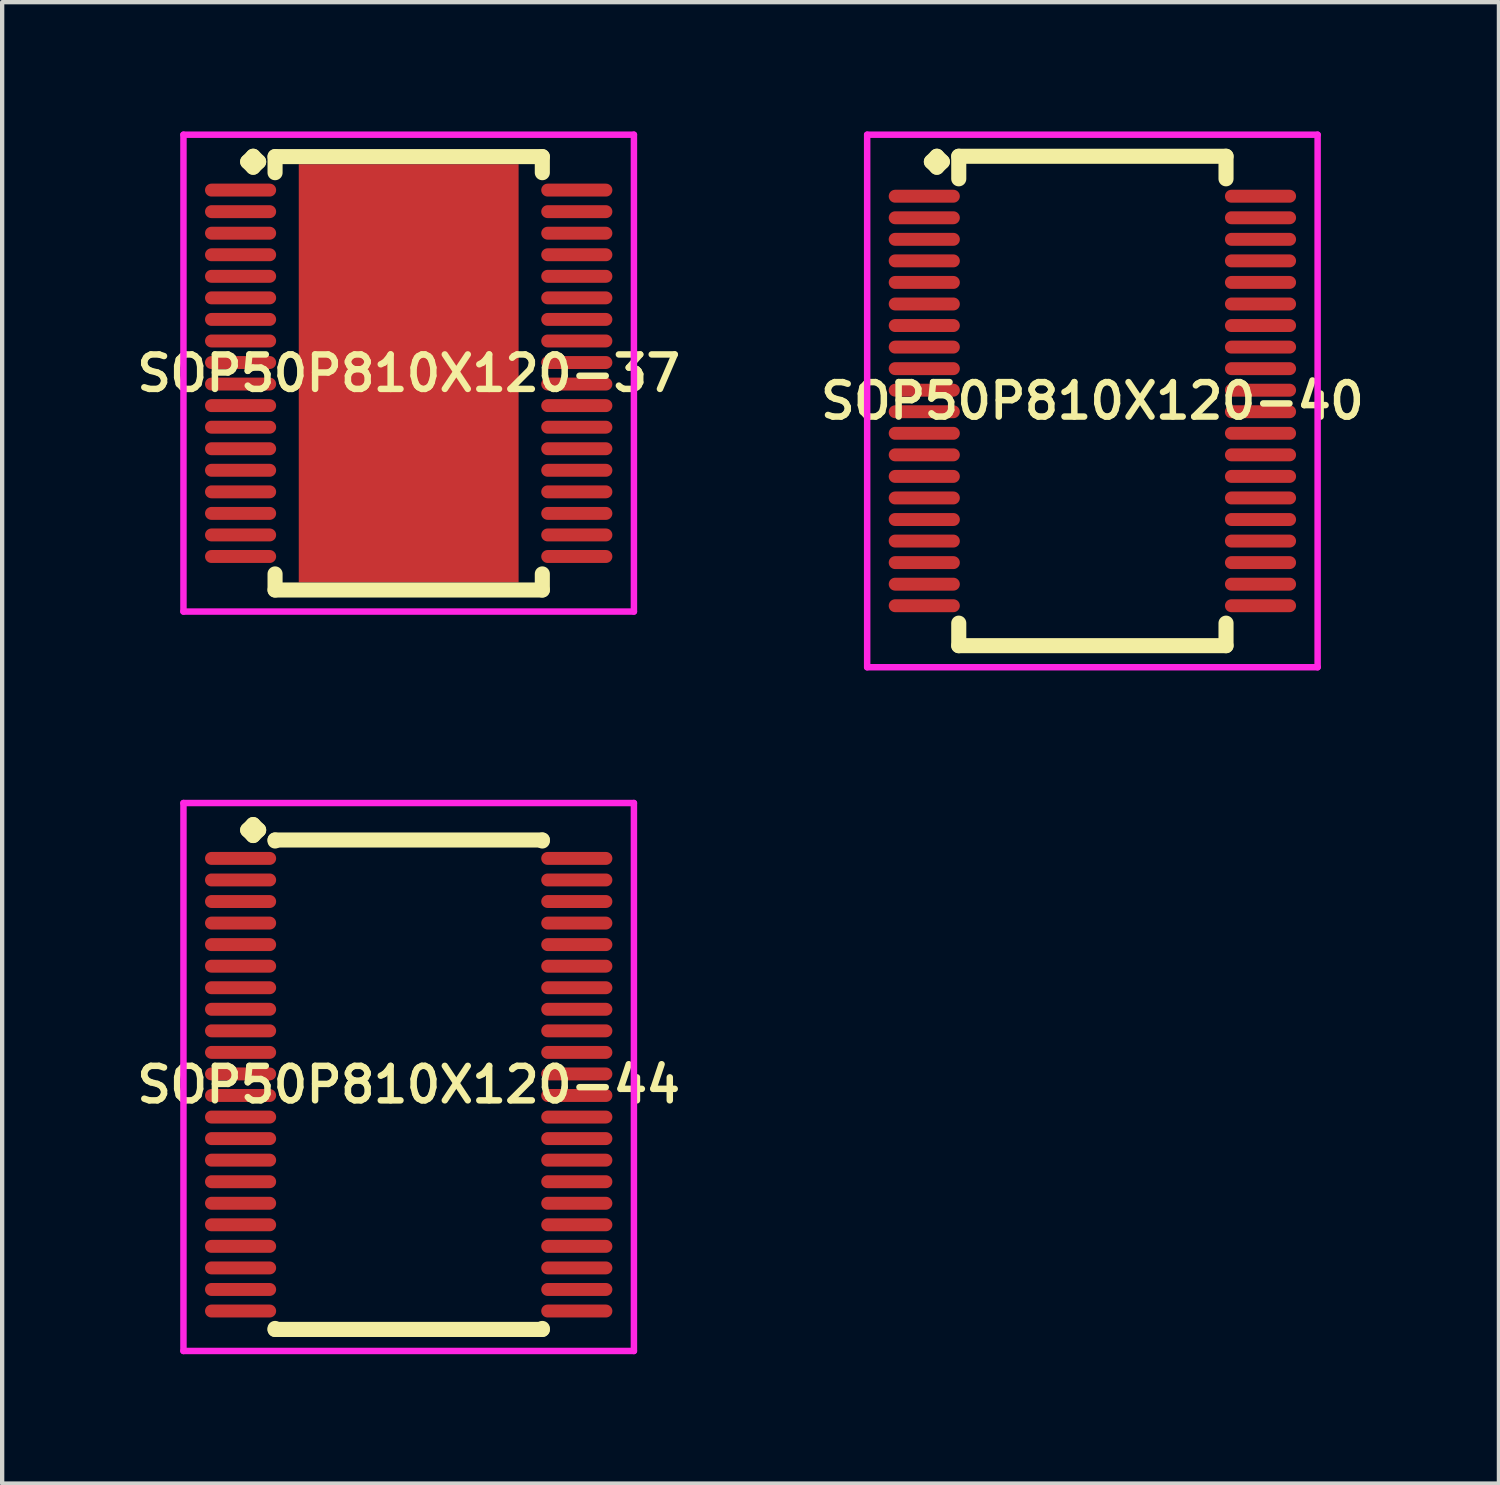
<source format=kicad_pcb>
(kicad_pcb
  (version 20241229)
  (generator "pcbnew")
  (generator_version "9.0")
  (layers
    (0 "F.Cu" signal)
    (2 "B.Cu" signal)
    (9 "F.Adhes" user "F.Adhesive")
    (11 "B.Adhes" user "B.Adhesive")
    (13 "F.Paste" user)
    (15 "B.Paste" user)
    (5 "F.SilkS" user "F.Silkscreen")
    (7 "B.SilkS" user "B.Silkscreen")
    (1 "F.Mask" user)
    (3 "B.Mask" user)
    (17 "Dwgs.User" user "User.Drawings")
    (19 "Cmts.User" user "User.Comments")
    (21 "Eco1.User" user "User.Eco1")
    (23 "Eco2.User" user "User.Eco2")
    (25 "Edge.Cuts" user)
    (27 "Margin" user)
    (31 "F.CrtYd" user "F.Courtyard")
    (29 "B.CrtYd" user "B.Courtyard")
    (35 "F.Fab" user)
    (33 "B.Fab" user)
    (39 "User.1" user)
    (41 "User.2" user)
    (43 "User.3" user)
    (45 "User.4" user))
  (footprint "SOP50P810X120-37"
    (layer "F.Cu")
    (at 6.431 5.61)
    (property "Reference" "SOP50P810X120-37" (at 0 0 0) (layer "F.SilkS") (effects (font (size 0.8 0.8) (thickness 0.15))))
    (attr smd)
    (fp_line (start -3.735 -4.908) (end -3.608 -5.035) (stroke (width 0.35) (type solid)) (layer "F.SilkS"))
    (fp_line (start -3.608 -5.035) (end -3.481 -4.908) (stroke (width 0.35) (type solid)) (layer "F.SilkS"))
    (fp_line (start -3.608 -4.781) (end -3.735 -4.908) (stroke (width 0.35) (type solid)) (layer "F.SilkS"))
    (fp_line (start -3.481 -4.908) (end -3.608 -4.781) (stroke (width 0.35) (type solid)) (layer "F.SilkS"))
    (fp_line (start -3.1 -5.027) (end 3.1 -5.027) (stroke (width 0.35) (type solid)) (layer "F.SilkS"))
    (fp_line (start -3.1 -4.654) (end -3.1 -5.027) (stroke (width 0.35) (type solid)) (layer "F.SilkS"))
    (fp_line (start -3.1 4.654) (end -3.1 5.027) (stroke (width 0.35) (type solid)) (layer "F.SilkS"))
    (fp_line (start -3.1 5.027) (end 3.1 5.027) (stroke (width 0.35) (type solid)) (layer "F.SilkS"))
    (fp_line (start 3.1 -5.027) (end 3.1 -4.654) (stroke (width 0.35) (type solid)) (layer "F.SilkS"))
    (fp_line (start 3.1 5.027) (end 3.1 4.654) (stroke (width 0.35) (type solid)) (layer "F.SilkS"))
    (fp_line (start -5.225 -5.535) (end 5.225 -5.535) (stroke (width 0.15) (type solid)) (layer "F.CrtYd"))
    (fp_line (start -5.225 5.527) (end -5.225 -5.535) (stroke (width 0.15) (type solid)) (layer "F.CrtYd"))
    (fp_line (start 5.225 -5.535) (end 5.225 5.527) (stroke (width 0.15) (type solid)) (layer "F.CrtYd"))
    (fp_line (start 5.225 5.527) (end -5.225 5.527) (stroke (width 0.15) (type solid)) (layer "F.CrtYd"))
    (pad "1" smd oval (at -3.9 -4.25) (size 1.65 0.3) (layers "F.Cu" "F.Mask" "F.Paste"))
    (pad "2" smd oval (at -3.9 -3.75) (size 1.65 0.3) (layers "F.Cu" "F.Mask" "F.Paste"))
    (pad "3" smd oval (at -3.9 -3.25) (size 1.65 0.3) (layers "F.Cu" "F.Mask" "F.Paste"))
    (pad "4" smd oval (at -3.9 -2.75) (size 1.65 0.3) (layers "F.Cu" "F.Mask" "F.Paste"))
    (pad "5" smd oval (at -3.9 -2.25) (size 1.65 0.3) (layers "F.Cu" "F.Mask" "F.Paste"))
    (pad "6" smd oval (at -3.9 -1.75) (size 1.65 0.3) (layers "F.Cu" "F.Mask" "F.Paste"))
    (pad "7" smd oval (at -3.9 -1.25) (size 1.65 0.3) (layers "F.Cu" "F.Mask" "F.Paste"))
    (pad "8" smd oval (at -3.9 -0.75) (size 1.65 0.3) (layers "F.Cu" "F.Mask" "F.Paste"))
    (pad "9" smd oval (at -3.9 -0.25) (size 1.65 0.3) (layers "F.Cu" "F.Mask" "F.Paste"))
    (pad "10" smd oval (at -3.9 0.25) (size 1.65 0.3) (layers "F.Cu" "F.Mask" "F.Paste"))
    (pad "11" smd oval (at -3.9 0.75) (size 1.65 0.3) (layers "F.Cu" "F.Mask" "F.Paste"))
    (pad "12" smd oval (at -3.9 1.25) (size 1.65 0.3) (layers "F.Cu" "F.Mask" "F.Paste"))
    (pad "13" smd oval (at -3.9 1.75) (size 1.65 0.3) (layers "F.Cu" "F.Mask" "F.Paste"))
    (pad "14" smd oval (at -3.9 2.25) (size 1.65 0.3) (layers "F.Cu" "F.Mask" "F.Paste"))
    (pad "15" smd oval (at -3.9 2.75) (size 1.65 0.3) (layers "F.Cu" "F.Mask" "F.Paste"))
    (pad "16" smd oval (at -3.9 3.25) (size 1.65 0.3) (layers "F.Cu" "F.Mask" "F.Paste"))
    (pad "17" smd oval (at -3.9 3.75) (size 1.65 0.3) (layers "F.Cu" "F.Mask" "F.Paste"))
    (pad "18" smd oval (at -3.9 4.25) (size 1.65 0.3) (layers "F.Cu" "F.Mask" "F.Paste"))
    (pad "19" smd oval (at 3.9 4.25) (size 1.65 0.3) (layers "F.Cu" "F.Mask" "F.Paste"))
    (pad "20" smd oval (at 3.9 3.75) (size 1.65 0.3) (layers "F.Cu" "F.Mask" "F.Paste"))
    (pad "21" smd oval (at 3.9 3.25) (size 1.65 0.3) (layers "F.Cu" "F.Mask" "F.Paste"))
    (pad "22" smd oval (at 3.9 2.75) (size 1.65 0.3) (layers "F.Cu" "F.Mask" "F.Paste"))
    (pad "23" smd oval (at 3.9 2.25) (size 1.65 0.3) (layers "F.Cu" "F.Mask" "F.Paste"))
    (pad "24" smd oval (at 3.9 1.75) (size 1.65 0.3) (layers "F.Cu" "F.Mask" "F.Paste"))
    (pad "25" smd oval (at 3.9 1.25) (size 1.65 0.3) (layers "F.Cu" "F.Mask" "F.Paste"))
    (pad "26" smd oval (at 3.9 0.75) (size 1.65 0.3) (layers "F.Cu" "F.Mask" "F.Paste"))
    (pad "27" smd oval (at 3.9 0.25) (size 1.65 0.3) (layers "F.Cu" "F.Mask" "F.Paste"))
    (pad "28" smd oval (at 3.9 -0.25) (size 1.65 0.3) (layers "F.Cu" "F.Mask" "F.Paste"))
    (pad "29" smd oval (at 3.9 -0.75) (size 1.65 0.3) (layers "F.Cu" "F.Mask" "F.Paste"))
    (pad "30" smd oval (at 3.9 -1.25) (size 1.65 0.3) (layers "F.Cu" "F.Mask" "F.Paste"))
    (pad "31" smd oval (at 3.9 -1.75) (size 1.65 0.3) (layers "F.Cu" "F.Mask" "F.Paste"))
    (pad "32" smd oval (at 3.9 -2.25) (size 1.65 0.3) (layers "F.Cu" "F.Mask" "F.Paste"))
    (pad "33" smd oval (at 3.9 -2.75) (size 1.65 0.3) (layers "F.Cu" "F.Mask" "F.Paste"))
    (pad "34" smd oval (at 3.9 -3.25) (size 1.65 0.3) (layers "F.Cu" "F.Mask" "F.Paste"))
    (pad "35" smd oval (at 3.9 -3.75) (size 1.65 0.3) (layers "F.Cu" "F.Mask" "F.Paste"))
    (pad "36" smd oval (at 3.9 -4.25) (size 1.65 0.3) (layers "F.Cu" "F.Mask" "F.Paste"))
    (pad "37" smd rect (at 0 0) (size 5.1 9.7) (layers "F.Cu" "F.Mask" "F.Paste")))
  (footprint "SOP50P810X120-44"
    (layer "F.Cu")
    (at 6.431 22.114)
    (property "Reference" "SOP50P810X120-44" (at 0 0 0) (layer "F.SilkS") (effects (font (size 0.8 0.8) (thickness 0.15))))
    (attr smd)
    (fp_line (start -3.735 -5.908) (end -3.608 -6.035) (stroke (width 0.35) (type solid)) (layer "F.SilkS"))
    (fp_line (start -3.608 -6.035) (end -3.481 -5.908) (stroke (width 0.35) (type solid)) (layer "F.SilkS"))
    (fp_line (start -3.608 -5.781) (end -3.735 -5.908) (stroke (width 0.35) (type solid)) (layer "F.SilkS"))
    (fp_line (start -3.481 -5.908) (end -3.608 -5.781) (stroke (width 0.35) (type solid)) (layer "F.SilkS"))
    (fp_line (start -3.1 -5.677) (end 3.1 -5.677) (stroke (width 0.35) (type solid)) (layer "F.SilkS"))
    (fp_line (start -3.1 -5.654) (end -3.1 -5.677) (stroke (width 0.35) (type solid)) (layer "F.SilkS"))
    (fp_line (start -3.1 5.654) (end -3.1 5.677) (stroke (width 0.35) (type solid)) (layer "F.SilkS"))
    (fp_line (start -3.1 5.677) (end 3.1 5.677) (stroke (width 0.35) (type solid)) (layer "F.SilkS"))
    (fp_line (start 3.1 -5.677) (end 3.1 -5.654) (stroke (width 0.35) (type solid)) (layer "F.SilkS"))
    (fp_line (start 3.1 5.677) (end 3.1 5.654) (stroke (width 0.35) (type solid)) (layer "F.SilkS"))
    (fp_line (start -5.225 -6.535) (end 5.225 -6.535) (stroke (width 0.15) (type solid)) (layer "F.CrtYd"))
    (fp_line (start -5.225 6.177) (end -5.225 -6.535) (stroke (width 0.15) (type solid)) (layer "F.CrtYd"))
    (fp_line (start 5.225 -6.535) (end 5.225 6.177) (stroke (width 0.15) (type solid)) (layer "F.CrtYd"))
    (fp_line (start 5.225 6.177) (end -5.225 6.177) (stroke (width 0.15) (type solid)) (layer "F.CrtYd"))
    (pad "1" smd oval (at -3.9 -5.25) (size 1.65 0.3) (layers "F.Cu" "F.Mask" "F.Paste"))
    (pad "2" smd oval (at -3.9 -4.75) (size 1.65 0.3) (layers "F.Cu" "F.Mask" "F.Paste"))
    (pad "3" smd oval (at -3.9 -4.25) (size 1.65 0.3) (layers "F.Cu" "F.Mask" "F.Paste"))
    (pad "4" smd oval (at -3.9 -3.75) (size 1.65 0.3) (layers "F.Cu" "F.Mask" "F.Paste"))
    (pad "5" smd oval (at -3.9 -3.25) (size 1.65 0.3) (layers "F.Cu" "F.Mask" "F.Paste"))
    (pad "6" smd oval (at -3.9 -2.75) (size 1.65 0.3) (layers "F.Cu" "F.Mask" "F.Paste"))
    (pad "7" smd oval (at -3.9 -2.25) (size 1.65 0.3) (layers "F.Cu" "F.Mask" "F.Paste"))
    (pad "8" smd oval (at -3.9 -1.75) (size 1.65 0.3) (layers "F.Cu" "F.Mask" "F.Paste"))
    (pad "9" smd oval (at -3.9 -1.25) (size 1.65 0.3) (layers "F.Cu" "F.Mask" "F.Paste"))
    (pad "10" smd oval (at -3.9 -0.75) (size 1.65 0.3) (layers "F.Cu" "F.Mask" "F.Paste"))
    (pad "11" smd oval (at -3.9 -0.25) (size 1.65 0.3) (layers "F.Cu" "F.Mask" "F.Paste"))
    (pad "12" smd oval (at -3.9 0.25) (size 1.65 0.3) (layers "F.Cu" "F.Mask" "F.Paste"))
    (pad "13" smd oval (at -3.9 0.75) (size 1.65 0.3) (layers "F.Cu" "F.Mask" "F.Paste"))
    (pad "14" smd oval (at -3.9 1.25) (size 1.65 0.3) (layers "F.Cu" "F.Mask" "F.Paste"))
    (pad "15" smd oval (at -3.9 1.75) (size 1.65 0.3) (layers "F.Cu" "F.Mask" "F.Paste"))
    (pad "16" smd oval (at -3.9 2.25) (size 1.65 0.3) (layers "F.Cu" "F.Mask" "F.Paste"))
    (pad "17" smd oval (at -3.9 2.75) (size 1.65 0.3) (layers "F.Cu" "F.Mask" "F.Paste"))
    (pad "18" smd oval (at -3.9 3.25) (size 1.65 0.3) (layers "F.Cu" "F.Mask" "F.Paste"))
    (pad "19" smd oval (at -3.9 3.75) (size 1.65 0.3) (layers "F.Cu" "F.Mask" "F.Paste"))
    (pad "20" smd oval (at -3.9 4.25) (size 1.65 0.3) (layers "F.Cu" "F.Mask" "F.Paste"))
    (pad "21" smd oval (at -3.9 4.75) (size 1.65 0.3) (layers "F.Cu" "F.Mask" "F.Paste"))
    (pad "22" smd oval (at -3.9 5.25) (size 1.65 0.3) (layers "F.Cu" "F.Mask" "F.Paste"))
    (pad "23" smd oval (at 3.9 5.25) (size 1.65 0.3) (layers "F.Cu" "F.Mask" "F.Paste"))
    (pad "24" smd oval (at 3.9 4.75) (size 1.65 0.3) (layers "F.Cu" "F.Mask" "F.Paste"))
    (pad "25" smd oval (at 3.9 4.25) (size 1.65 0.3) (layers "F.Cu" "F.Mask" "F.Paste"))
    (pad "26" smd oval (at 3.9 3.75) (size 1.65 0.3) (layers "F.Cu" "F.Mask" "F.Paste"))
    (pad "27" smd oval (at 3.9 3.25) (size 1.65 0.3) (layers "F.Cu" "F.Mask" "F.Paste"))
    (pad "28" smd oval (at 3.9 2.75) (size 1.65 0.3) (layers "F.Cu" "F.Mask" "F.Paste"))
    (pad "29" smd oval (at 3.9 2.25) (size 1.65 0.3) (layers "F.Cu" "F.Mask" "F.Paste"))
    (pad "30" smd oval (at 3.9 1.75) (size 1.65 0.3) (layers "F.Cu" "F.Mask" "F.Paste"))
    (pad "31" smd oval (at 3.9 1.25) (size 1.65 0.3) (layers "F.Cu" "F.Mask" "F.Paste"))
    (pad "32" smd oval (at 3.9 0.75) (size 1.65 0.3) (layers "F.Cu" "F.Mask" "F.Paste"))
    (pad "33" smd oval (at 3.9 0.25) (size 1.65 0.3) (layers "F.Cu" "F.Mask" "F.Paste"))
    (pad "34" smd oval (at 3.9 -0.25) (size 1.65 0.3) (layers "F.Cu" "F.Mask" "F.Paste"))
    (pad "35" smd oval (at 3.9 -0.75) (size 1.65 0.3) (layers "F.Cu" "F.Mask" "F.Paste"))
    (pad "36" smd oval (at 3.9 -1.25) (size 1.65 0.3) (layers "F.Cu" "F.Mask" "F.Paste"))
    (pad "37" smd oval (at 3.9 -1.75) (size 1.65 0.3) (layers "F.Cu" "F.Mask" "F.Paste"))
    (pad "38" smd oval (at 3.9 -2.25) (size 1.65 0.3) (layers "F.Cu" "F.Mask" "F.Paste"))
    (pad "39" smd oval (at 3.9 -2.75) (size 1.65 0.3) (layers "F.Cu" "F.Mask" "F.Paste"))
    (pad "40" smd oval (at 3.9 -3.25) (size 1.65 0.3) (layers "F.Cu" "F.Mask" "F.Paste"))
    (pad "41" smd oval (at 3.9 -3.75) (size 1.65 0.3) (layers "F.Cu" "F.Mask" "F.Paste"))
    (pad "42" smd oval (at 3.9 -4.25) (size 1.65 0.3) (layers "F.Cu" "F.Mask" "F.Paste"))
    (pad "43" smd oval (at 3.9 -4.75) (size 1.65 0.3) (layers "F.Cu" "F.Mask" "F.Paste"))
    (pad "44" smd oval (at 3.9 -5.25) (size 1.65 0.3) (layers "F.Cu" "F.Mask" "F.Paste")))
  (footprint "SOP50P810X120-40"
    (layer "F.Cu")
    (at 22.292 6.252)
    (property "Reference" "SOP50P810X120-40" (at 0 0 0) (layer "F.SilkS") (effects (font (size 0.8 0.8) (thickness 0.15))))
    (attr smd)
    (fp_line (start -3.735 -5.55) (end -3.608 -5.677) (stroke (width 0.35) (type solid)) (layer "F.SilkS"))
    (fp_line (start -3.608 -5.677) (end -3.481 -5.55) (stroke (width 0.35) (type solid)) (layer "F.SilkS"))
    (fp_line (start -3.608 -5.423) (end -3.735 -5.55) (stroke (width 0.35) (type solid)) (layer "F.SilkS"))
    (fp_line (start -3.481 -5.55) (end -3.608 -5.423) (stroke (width 0.35) (type solid)) (layer "F.SilkS"))
    (fp_line (start -3.1 -5.677) (end 3.1 -5.677) (stroke (width 0.35) (type solid)) (layer "F.SilkS"))
    (fp_line (start -3.1 -5.154) (end -3.1 -5.677) (stroke (width 0.35) (type solid)) (layer "F.SilkS"))
    (fp_line (start -3.1 5.154) (end -3.1 5.677) (stroke (width 0.35) (type solid)) (layer "F.SilkS"))
    (fp_line (start -3.1 5.677) (end 3.1 5.677) (stroke (width 0.35) (type solid)) (layer "F.SilkS"))
    (fp_line (start 3.1 -5.677) (end 3.1 -5.154) (stroke (width 0.35) (type solid)) (layer "F.SilkS"))
    (fp_line (start 3.1 5.677) (end 3.1 5.154) (stroke (width 0.35) (type solid)) (layer "F.SilkS"))
    (fp_line (start -5.225 -6.177) (end 5.225 -6.177) (stroke (width 0.15) (type solid)) (layer "F.CrtYd"))
    (fp_line (start -5.225 6.177) (end -5.225 -6.177) (stroke (width 0.15) (type solid)) (layer "F.CrtYd"))
    (fp_line (start 5.225 -6.177) (end 5.225 6.177) (stroke (width 0.15) (type solid)) (layer "F.CrtYd"))
    (fp_line (start 5.225 6.177) (end -5.225 6.177) (stroke (width 0.15) (type solid)) (layer "F.CrtYd"))
    (pad "1" smd oval (at -3.9 -4.75) (size 1.65 0.3) (layers "F.Cu" "F.Mask" "F.Paste"))
    (pad "2" smd oval (at -3.9 -4.25) (size 1.65 0.3) (layers "F.Cu" "F.Mask" "F.Paste"))
    (pad "3" smd oval (at -3.9 -3.75) (size 1.65 0.3) (layers "F.Cu" "F.Mask" "F.Paste"))
    (pad "4" smd oval (at -3.9 -3.25) (size 1.65 0.3) (layers "F.Cu" "F.Mask" "F.Paste"))
    (pad "5" smd oval (at -3.9 -2.75) (size 1.65 0.3) (layers "F.Cu" "F.Mask" "F.Paste"))
    (pad "6" smd oval (at -3.9 -2.25) (size 1.65 0.3) (layers "F.Cu" "F.Mask" "F.Paste"))
    (pad "7" smd oval (at -3.9 -1.75) (size 1.65 0.3) (layers "F.Cu" "F.Mask" "F.Paste"))
    (pad "8" smd oval (at -3.9 -1.25) (size 1.65 0.3) (layers "F.Cu" "F.Mask" "F.Paste"))
    (pad "9" smd oval (at -3.9 -0.75) (size 1.65 0.3) (layers "F.Cu" "F.Mask" "F.Paste"))
    (pad "10" smd oval (at -3.9 -0.25) (size 1.65 0.3) (layers "F.Cu" "F.Mask" "F.Paste"))
    (pad "11" smd oval (at -3.9 0.25) (size 1.65 0.3) (layers "F.Cu" "F.Mask" "F.Paste"))
    (pad "12" smd oval (at -3.9 0.75) (size 1.65 0.3) (layers "F.Cu" "F.Mask" "F.Paste"))
    (pad "13" smd oval (at -3.9 1.25) (size 1.65 0.3) (layers "F.Cu" "F.Mask" "F.Paste"))
    (pad "14" smd oval (at -3.9 1.75) (size 1.65 0.3) (layers "F.Cu" "F.Mask" "F.Paste"))
    (pad "15" smd oval (at -3.9 2.25) (size 1.65 0.3) (layers "F.Cu" "F.Mask" "F.Paste"))
    (pad "16" smd oval (at -3.9 2.75) (size 1.65 0.3) (layers "F.Cu" "F.Mask" "F.Paste"))
    (pad "17" smd oval (at -3.9 3.25) (size 1.65 0.3) (layers "F.Cu" "F.Mask" "F.Paste"))
    (pad "18" smd oval (at -3.9 3.75) (size 1.65 0.3) (layers "F.Cu" "F.Mask" "F.Paste"))
    (pad "19" smd oval (at -3.9 4.25) (size 1.65 0.3) (layers "F.Cu" "F.Mask" "F.Paste"))
    (pad "20" smd oval (at -3.9 4.75) (size 1.65 0.3) (layers "F.Cu" "F.Mask" "F.Paste"))
    (pad "21" smd oval (at 3.9 4.75) (size 1.65 0.3) (layers "F.Cu" "F.Mask" "F.Paste"))
    (pad "22" smd oval (at 3.9 4.25) (size 1.65 0.3) (layers "F.Cu" "F.Mask" "F.Paste"))
    (pad "23" smd oval (at 3.9 3.75) (size 1.65 0.3) (layers "F.Cu" "F.Mask" "F.Paste"))
    (pad "24" smd oval (at 3.9 3.25) (size 1.65 0.3) (layers "F.Cu" "F.Mask" "F.Paste"))
    (pad "25" smd oval (at 3.9 2.75) (size 1.65 0.3) (layers "F.Cu" "F.Mask" "F.Paste"))
    (pad "26" smd oval (at 3.9 2.25) (size 1.65 0.3) (layers "F.Cu" "F.Mask" "F.Paste"))
    (pad "27" smd oval (at 3.9 1.75) (size 1.65 0.3) (layers "F.Cu" "F.Mask" "F.Paste"))
    (pad "28" smd oval (at 3.9 1.25) (size 1.65 0.3) (layers "F.Cu" "F.Mask" "F.Paste"))
    (pad "29" smd oval (at 3.9 0.75) (size 1.65 0.3) (layers "F.Cu" "F.Mask" "F.Paste"))
    (pad "30" smd oval (at 3.9 0.25) (size 1.65 0.3) (layers "F.Cu" "F.Mask" "F.Paste"))
    (pad "31" smd oval (at 3.9 -0.25) (size 1.65 0.3) (layers "F.Cu" "F.Mask" "F.Paste"))
    (pad "32" smd oval (at 3.9 -0.75) (size 1.65 0.3) (layers "F.Cu" "F.Mask" "F.Paste"))
    (pad "33" smd oval (at 3.9 -1.25) (size 1.65 0.3) (layers "F.Cu" "F.Mask" "F.Paste"))
    (pad "34" smd oval (at 3.9 -1.75) (size 1.65 0.3) (layers "F.Cu" "F.Mask" "F.Paste"))
    (pad "35" smd oval (at 3.9 -2.25) (size 1.65 0.3) (layers "F.Cu" "F.Mask" "F.Paste"))
    (pad "36" smd oval (at 3.9 -2.75) (size 1.65 0.3) (layers "F.Cu" "F.Mask" "F.Paste"))
    (pad "37" smd oval (at 3.9 -3.25) (size 1.65 0.3) (layers "F.Cu" "F.Mask" "F.Paste"))
    (pad "38" smd oval (at 3.9 -3.75) (size 1.65 0.3) (layers "F.Cu" "F.Mask" "F.Paste"))
    (pad "39" smd oval (at 3.9 -4.25) (size 1.65 0.3) (layers "F.Cu" "F.Mask" "F.Paste"))
    (pad "40" smd oval (at 3.9 -4.75) (size 1.65 0.3) (layers "F.Cu" "F.Mask" "F.Paste")))
  (gr_rect
    (start -3 -3)
    (end 31.723 31.366)
    (stroke (width 0.1) (type default))
    (fill no)
    (layer "Edge.Cuts")))
</source>
